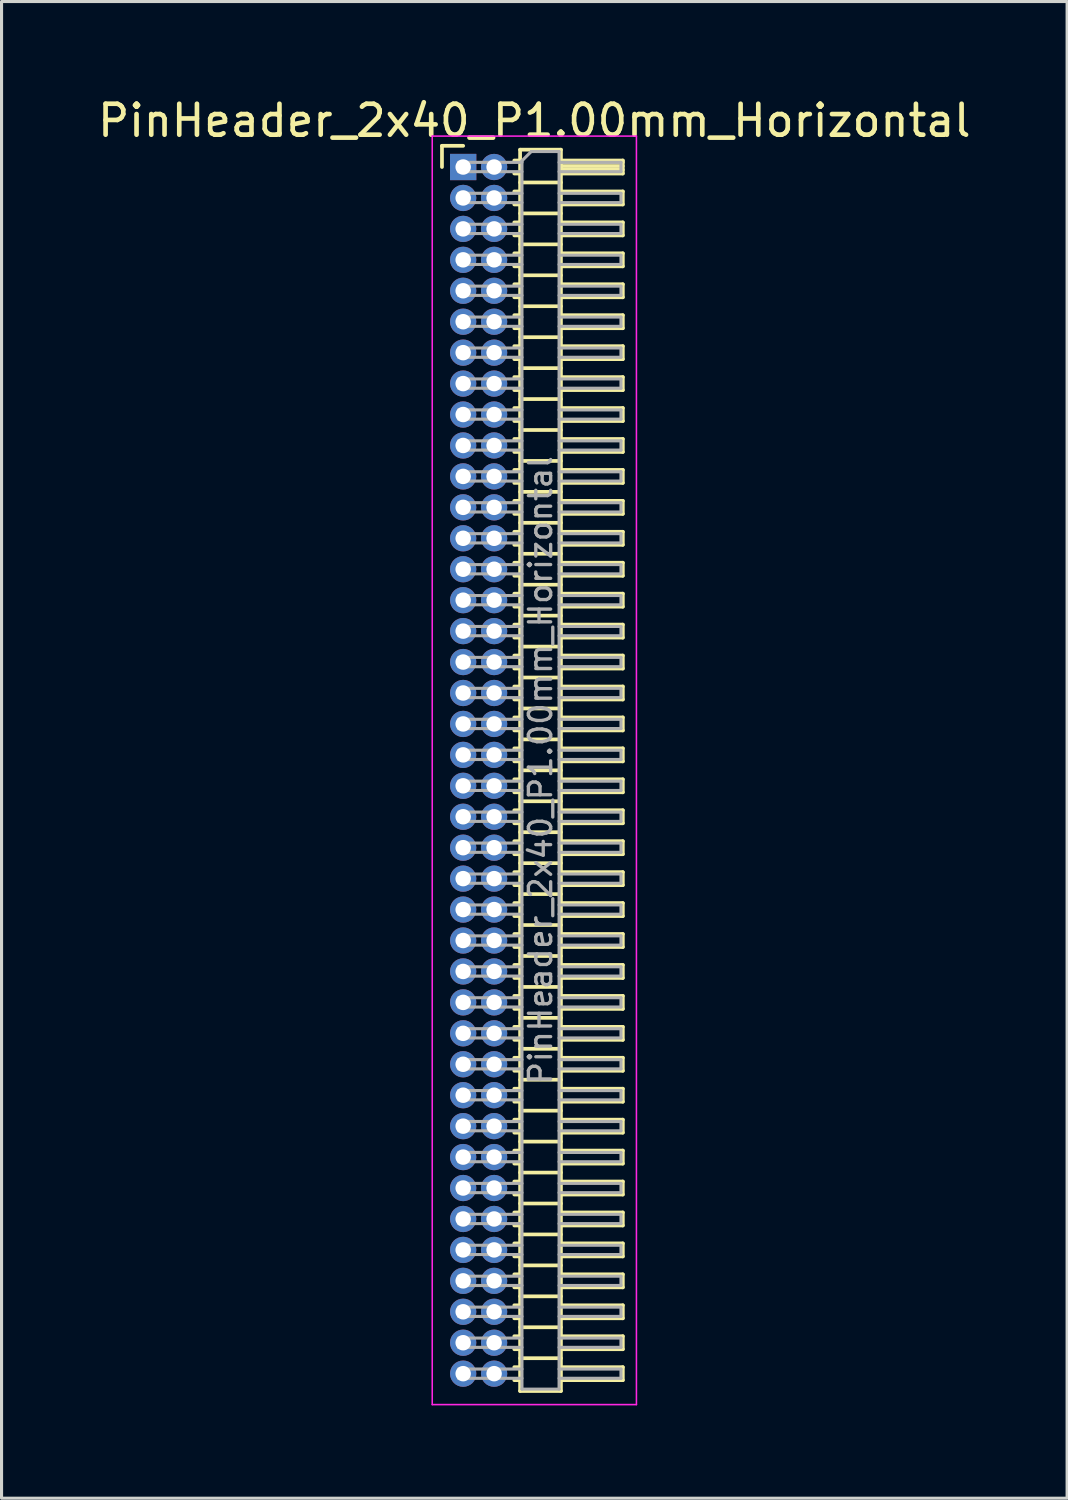
<source format=kicad_pcb>
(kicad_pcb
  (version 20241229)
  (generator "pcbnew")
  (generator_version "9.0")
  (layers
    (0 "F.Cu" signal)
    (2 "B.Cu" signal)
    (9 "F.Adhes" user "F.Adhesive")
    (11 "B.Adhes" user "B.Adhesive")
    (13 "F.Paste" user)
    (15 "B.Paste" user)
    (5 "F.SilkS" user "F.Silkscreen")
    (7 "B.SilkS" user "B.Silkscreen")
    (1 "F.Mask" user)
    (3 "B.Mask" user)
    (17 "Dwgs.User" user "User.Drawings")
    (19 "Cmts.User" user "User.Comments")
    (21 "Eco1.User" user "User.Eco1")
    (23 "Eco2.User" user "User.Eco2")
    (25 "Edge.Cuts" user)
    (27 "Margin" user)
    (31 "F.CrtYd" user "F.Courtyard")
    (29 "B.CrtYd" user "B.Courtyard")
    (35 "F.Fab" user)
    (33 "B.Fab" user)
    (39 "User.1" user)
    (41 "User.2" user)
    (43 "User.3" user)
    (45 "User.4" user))
  (footprint "PinHeader_2x40_P1.00mm_Horizontal"
    (layer "F.Cu")
    (at 11.92 2.348)
    (property "Reference" "PinHeader_2x40_P1.00mm_Horizontal" (at 2.3 -1.5 0) (layer "F.SilkS") (effects (font (size 1 1) (thickness 0.15))))
    (attr through_hole)
    (fp_line (start -0.685 -0.685) (end 0 -0.685) (stroke (width 0.12) (type solid)) (layer "F.SilkS"))
    (fp_line (start -0.685 0) (end -0.685 -0.685) (stroke (width 0.12) (type solid)) (layer "F.SilkS"))
    (fp_line (start 1.652 -0.21) (end 1.84 -0.21) (stroke (width 0.12) (type solid)) (layer "F.SilkS"))
    (fp_line (start 1.652 0.21) (end 1.84 0.21) (stroke (width 0.12) (type solid)) (layer "F.SilkS"))
    (fp_line (start 1.652 0.79) (end 1.84 0.79) (stroke (width 0.12) (type solid)) (layer "F.SilkS"))
    (fp_line (start 1.652 1.21) (end 1.84 1.21) (stroke (width 0.12) (type solid)) (layer "F.SilkS"))
    (fp_line (start 1.652 1.79) (end 1.84 1.79) (stroke (width 0.12) (type solid)) (layer "F.SilkS"))
    (fp_line (start 1.652 2.21) (end 1.84 2.21) (stroke (width 0.12) (type solid)) (layer "F.SilkS"))
    (fp_line (start 1.652 2.79) (end 1.84 2.79) (stroke (width 0.12) (type solid)) (layer "F.SilkS"))
    (fp_line (start 1.652 3.21) (end 1.84 3.21) (stroke (width 0.12) (type solid)) (layer "F.SilkS"))
    (fp_line (start 1.652 3.79) (end 1.84 3.79) (stroke (width 0.12) (type solid)) (layer "F.SilkS"))
    (fp_line (start 1.652 4.21) (end 1.84 4.21) (stroke (width 0.12) (type solid)) (layer "F.SilkS"))
    (fp_line (start 1.652 4.79) (end 1.84 4.79) (stroke (width 0.12) (type solid)) (layer "F.SilkS"))
    (fp_line (start 1.652 5.21) (end 1.84 5.21) (stroke (width 0.12) (type solid)) (layer "F.SilkS"))
    (fp_line (start 1.652 5.79) (end 1.84 5.79) (stroke (width 0.12) (type solid)) (layer "F.SilkS"))
    (fp_line (start 1.652 6.21) (end 1.84 6.21) (stroke (width 0.12) (type solid)) (layer "F.SilkS"))
    (fp_line (start 1.652 6.79) (end 1.84 6.79) (stroke (width 0.12) (type solid)) (layer "F.SilkS"))
    (fp_line (start 1.652 7.21) (end 1.84 7.21) (stroke (width 0.12) (type solid)) (layer "F.SilkS"))
    (fp_line (start 1.652 7.79) (end 1.84 7.79) (stroke (width 0.12) (type solid)) (layer "F.SilkS"))
    (fp_line (start 1.652 8.21) (end 1.84 8.21) (stroke (width 0.12) (type solid)) (layer "F.SilkS"))
    (fp_line (start 1.652 8.79) (end 1.84 8.79) (stroke (width 0.12) (type solid)) (layer "F.SilkS"))
    (fp_line (start 1.652 9.21) (end 1.84 9.21) (stroke (width 0.12) (type solid)) (layer "F.SilkS"))
    (fp_line (start 1.652 9.79) (end 1.84 9.79) (stroke (width 0.12) (type solid)) (layer "F.SilkS"))
    (fp_line (start 1.652 10.21) (end 1.84 10.21) (stroke (width 0.12) (type solid)) (layer "F.SilkS"))
    (fp_line (start 1.652 10.79) (end 1.84 10.79) (stroke (width 0.12) (type solid)) (layer "F.SilkS"))
    (fp_line (start 1.652 11.21) (end 1.84 11.21) (stroke (width 0.12) (type solid)) (layer "F.SilkS"))
    (fp_line (start 1.652 11.79) (end 1.84 11.79) (stroke (width 0.12) (type solid)) (layer "F.SilkS"))
    (fp_line (start 1.652 12.21) (end 1.84 12.21) (stroke (width 0.12) (type solid)) (layer "F.SilkS"))
    (fp_line (start 1.652 12.79) (end 1.84 12.79) (stroke (width 0.12) (type solid)) (layer "F.SilkS"))
    (fp_line (start 1.652 13.21) (end 1.84 13.21) (stroke (width 0.12) (type solid)) (layer "F.SilkS"))
    (fp_line (start 1.652 13.79) (end 1.84 13.79) (stroke (width 0.12) (type solid)) (layer "F.SilkS"))
    (fp_line (start 1.652 14.21) (end 1.84 14.21) (stroke (width 0.12) (type solid)) (layer "F.SilkS"))
    (fp_line (start 1.652 14.79) (end 1.84 14.79) (stroke (width 0.12) (type solid)) (layer "F.SilkS"))
    (fp_line (start 1.652 15.21) (end 1.84 15.21) (stroke (width 0.12) (type solid)) (layer "F.SilkS"))
    (fp_line (start 1.652 15.79) (end 1.84 15.79) (stroke (width 0.12) (type solid)) (layer "F.SilkS"))
    (fp_line (start 1.652 16.21) (end 1.84 16.21) (stroke (width 0.12) (type solid)) (layer "F.SilkS"))
    (fp_line (start 1.652 16.79) (end 1.84 16.79) (stroke (width 0.12) (type solid)) (layer "F.SilkS"))
    (fp_line (start 1.652 17.21) (end 1.84 17.21) (stroke (width 0.12) (type solid)) (layer "F.SilkS"))
    (fp_line (start 1.652 17.79) (end 1.84 17.79) (stroke (width 0.12) (type solid)) (layer "F.SilkS"))
    (fp_line (start 1.652 18.21) (end 1.84 18.21) (stroke (width 0.12) (type solid)) (layer "F.SilkS"))
    (fp_line (start 1.652 18.79) (end 1.84 18.79) (stroke (width 0.12) (type solid)) (layer "F.SilkS"))
    (fp_line (start 1.652 19.21) (end 1.84 19.21) (stroke (width 0.12) (type solid)) (layer "F.SilkS"))
    (fp_line (start 1.652 19.79) (end 1.84 19.79) (stroke (width 0.12) (type solid)) (layer "F.SilkS"))
    (fp_line (start 1.652 20.21) (end 1.84 20.21) (stroke (width 0.12) (type solid)) (layer "F.SilkS"))
    (fp_line (start 1.652 20.79) (end 1.84 20.79) (stroke (width 0.12) (type solid)) (layer "F.SilkS"))
    (fp_line (start 1.652 21.21) (end 1.84 21.21) (stroke (width 0.12) (type solid)) (layer "F.SilkS"))
    (fp_line (start 1.652 21.79) (end 1.84 21.79) (stroke (width 0.12) (type solid)) (layer "F.SilkS"))
    (fp_line (start 1.652 22.21) (end 1.84 22.21) (stroke (width 0.12) (type solid)) (layer "F.SilkS"))
    (fp_line (start 1.652 22.79) (end 1.84 22.79) (stroke (width 0.12) (type solid)) (layer "F.SilkS"))
    (fp_line (start 1.652 23.21) (end 1.84 23.21) (stroke (width 0.12) (type solid)) (layer "F.SilkS"))
    (fp_line (start 1.652 23.79) (end 1.84 23.79) (stroke (width 0.12) (type solid)) (layer "F.SilkS"))
    (fp_line (start 1.652 24.21) (end 1.84 24.21) (stroke (width 0.12) (type solid)) (layer "F.SilkS"))
    (fp_line (start 1.652 24.79) (end 1.84 24.79) (stroke (width 0.12) (type solid)) (layer "F.SilkS"))
    (fp_line (start 1.652 25.21) (end 1.84 25.21) (stroke (width 0.12) (type solid)) (layer "F.SilkS"))
    (fp_line (start 1.652 25.79) (end 1.84 25.79) (stroke (width 0.12) (type solid)) (layer "F.SilkS"))
    (fp_line (start 1.652 26.21) (end 1.84 26.21) (stroke (width 0.12) (type solid)) (layer "F.SilkS"))
    (fp_line (start 1.652 26.79) (end 1.84 26.79) (stroke (width 0.12) (type solid)) (layer "F.SilkS"))
    (fp_line (start 1.652 27.21) (end 1.84 27.21) (stroke (width 0.12) (type solid)) (layer "F.SilkS"))
    (fp_line (start 1.652 27.79) (end 1.84 27.79) (stroke (width 0.12) (type solid)) (layer "F.SilkS"))
    (fp_line (start 1.652 28.21) (end 1.84 28.21) (stroke (width 0.12) (type solid)) (layer "F.SilkS"))
    (fp_line (start 1.652 28.79) (end 1.84 28.79) (stroke (width 0.12) (type solid)) (layer "F.SilkS"))
    (fp_line (start 1.652 29.21) (end 1.84 29.21) (stroke (width 0.12) (type solid)) (layer "F.SilkS"))
    (fp_line (start 1.652 29.79) (end 1.84 29.79) (stroke (width 0.12) (type solid)) (layer "F.SilkS"))
    (fp_line (start 1.652 30.21) (end 1.84 30.21) (stroke (width 0.12) (type solid)) (layer "F.SilkS"))
    (fp_line (start 1.652 30.79) (end 1.84 30.79) (stroke (width 0.12) (type solid)) (layer "F.SilkS"))
    (fp_line (start 1.652 31.21) (end 1.84 31.21) (stroke (width 0.12) (type solid)) (layer "F.SilkS"))
    (fp_line (start 1.652 31.79) (end 1.84 31.79) (stroke (width 0.12) (type solid)) (layer "F.SilkS"))
    (fp_line (start 1.652 32.21) (end 1.84 32.21) (stroke (width 0.12) (type solid)) (layer "F.SilkS"))
    (fp_line (start 1.652 32.79) (end 1.84 32.79) (stroke (width 0.12) (type solid)) (layer "F.SilkS"))
    (fp_line (start 1.652 33.21) (end 1.84 33.21) (stroke (width 0.12) (type solid)) (layer "F.SilkS"))
    (fp_line (start 1.652 33.79) (end 1.84 33.79) (stroke (width 0.12) (type solid)) (layer "F.SilkS"))
    (fp_line (start 1.652 34.21) (end 1.84 34.21) (stroke (width 0.12) (type solid)) (layer "F.SilkS"))
    (fp_line (start 1.652 34.79) (end 1.84 34.79) (stroke (width 0.12) (type solid)) (layer "F.SilkS"))
    (fp_line (start 1.652 35.21) (end 1.84 35.21) (stroke (width 0.12) (type solid)) (layer "F.SilkS"))
    (fp_line (start 1.652 35.79) (end 1.84 35.79) (stroke (width 0.12) (type solid)) (layer "F.SilkS"))
    (fp_line (start 1.652 36.21) (end 1.84 36.21) (stroke (width 0.12) (type solid)) (layer "F.SilkS"))
    (fp_line (start 1.652 36.79) (end 1.84 36.79) (stroke (width 0.12) (type solid)) (layer "F.SilkS"))
    (fp_line (start 1.652 37.21) (end 1.84 37.21) (stroke (width 0.12) (type solid)) (layer "F.SilkS"))
    (fp_line (start 1.652 37.79) (end 1.84 37.79) (stroke (width 0.12) (type solid)) (layer "F.SilkS"))
    (fp_line (start 1.652 38.21) (end 1.84 38.21) (stroke (width 0.12) (type solid)) (layer "F.SilkS"))
    (fp_line (start 1.652 38.79) (end 1.84 38.79) (stroke (width 0.12) (type solid)) (layer "F.SilkS"))
    (fp_line (start 1.652 39.21) (end 1.84 39.21) (stroke (width 0.12) (type solid)) (layer "F.SilkS"))
    (fp_line (start 1.84 -0.56) (end 1.84 39.56) (stroke (width 0.12) (type solid)) (layer "F.SilkS"))
    (fp_line (start 1.84 0.5) (end 3.16 0.5) (stroke (width 0.12) (type solid)) (layer "F.SilkS"))
    (fp_line (start 1.84 1.5) (end 3.16 1.5) (stroke (width 0.12) (type solid)) (layer "F.SilkS"))
    (fp_line (start 1.84 2.5) (end 3.16 2.5) (stroke (width 0.12) (type solid)) (layer "F.SilkS"))
    (fp_line (start 1.84 3.5) (end 3.16 3.5) (stroke (width 0.12) (type solid)) (layer "F.SilkS"))
    (fp_line (start 1.84 4.5) (end 3.16 4.5) (stroke (width 0.12) (type solid)) (layer "F.SilkS"))
    (fp_line (start 1.84 5.5) (end 3.16 5.5) (stroke (width 0.12) (type solid)) (layer "F.SilkS"))
    (fp_line (start 1.84 6.5) (end 3.16 6.5) (stroke (width 0.12) (type solid)) (layer "F.SilkS"))
    (fp_line (start 1.84 7.5) (end 3.16 7.5) (stroke (width 0.12) (type solid)) (layer "F.SilkS"))
    (fp_line (start 1.84 8.5) (end 3.16 8.5) (stroke (width 0.12) (type solid)) (layer "F.SilkS"))
    (fp_line (start 1.84 9.5) (end 3.16 9.5) (stroke (width 0.12) (type solid)) (layer "F.SilkS"))
    (fp_line (start 1.84 10.5) (end 3.16 10.5) (stroke (width 0.12) (type solid)) (layer "F.SilkS"))
    (fp_line (start 1.84 11.5) (end 3.16 11.5) (stroke (width 0.12) (type solid)) (layer "F.SilkS"))
    (fp_line (start 1.84 12.5) (end 3.16 12.5) (stroke (width 0.12) (type solid)) (layer "F.SilkS"))
    (fp_line (start 1.84 13.5) (end 3.16 13.5) (stroke (width 0.12) (type solid)) (layer "F.SilkS"))
    (fp_line (start 1.84 14.5) (end 3.16 14.5) (stroke (width 0.12) (type solid)) (layer "F.SilkS"))
    (fp_line (start 1.84 15.5) (end 3.16 15.5) (stroke (width 0.12) (type solid)) (layer "F.SilkS"))
    (fp_line (start 1.84 16.5) (end 3.16 16.5) (stroke (width 0.12) (type solid)) (layer "F.SilkS"))
    (fp_line (start 1.84 17.5) (end 3.16 17.5) (stroke (width 0.12) (type solid)) (layer "F.SilkS"))
    (fp_line (start 1.84 18.5) (end 3.16 18.5) (stroke (width 0.12) (type solid)) (layer "F.SilkS"))
    (fp_line (start 1.84 19.5) (end 3.16 19.5) (stroke (width 0.12) (type solid)) (layer "F.SilkS"))
    (fp_line (start 1.84 20.5) (end 3.16 20.5) (stroke (width 0.12) (type solid)) (layer "F.SilkS"))
    (fp_line (start 1.84 21.5) (end 3.16 21.5) (stroke (width 0.12) (type solid)) (layer "F.SilkS"))
    (fp_line (start 1.84 22.5) (end 3.16 22.5) (stroke (width 0.12) (type solid)) (layer "F.SilkS"))
    (fp_line (start 1.84 23.5) (end 3.16 23.5) (stroke (width 0.12) (type solid)) (layer "F.SilkS"))
    (fp_line (start 1.84 24.5) (end 3.16 24.5) (stroke (width 0.12) (type solid)) (layer "F.SilkS"))
    (fp_line (start 1.84 25.5) (end 3.16 25.5) (stroke (width 0.12) (type solid)) (layer "F.SilkS"))
    (fp_line (start 1.84 26.5) (end 3.16 26.5) (stroke (width 0.12) (type solid)) (layer "F.SilkS"))
    (fp_line (start 1.84 27.5) (end 3.16 27.5) (stroke (width 0.12) (type solid)) (layer "F.SilkS"))
    (fp_line (start 1.84 28.5) (end 3.16 28.5) (stroke (width 0.12) (type solid)) (layer "F.SilkS"))
    (fp_line (start 1.84 29.5) (end 3.16 29.5) (stroke (width 0.12) (type solid)) (layer "F.SilkS"))
    (fp_line (start 1.84 30.5) (end 3.16 30.5) (stroke (width 0.12) (type solid)) (layer "F.SilkS"))
    (fp_line (start 1.84 31.5) (end 3.16 31.5) (stroke (width 0.12) (type solid)) (layer "F.SilkS"))
    (fp_line (start 1.84 32.5) (end 3.16 32.5) (stroke (width 0.12) (type solid)) (layer "F.SilkS"))
    (fp_line (start 1.84 33.5) (end 3.16 33.5) (stroke (width 0.12) (type solid)) (layer "F.SilkS"))
    (fp_line (start 1.84 34.5) (end 3.16 34.5) (stroke (width 0.12) (type solid)) (layer "F.SilkS"))
    (fp_line (start 1.84 35.5) (end 3.16 35.5) (stroke (width 0.12) (type solid)) (layer "F.SilkS"))
    (fp_line (start 1.84 36.5) (end 3.16 36.5) (stroke (width 0.12) (type solid)) (layer "F.SilkS"))
    (fp_line (start 1.84 37.5) (end 3.16 37.5) (stroke (width 0.12) (type solid)) (layer "F.SilkS"))
    (fp_line (start 1.84 38.5) (end 3.16 38.5) (stroke (width 0.12) (type solid)) (layer "F.SilkS"))
    (fp_line (start 1.84 39.56) (end 3.16 39.56) (stroke (width 0.12) (type solid)) (layer "F.SilkS"))
    (fp_line (start 3.16 -0.56) (end 1.84 -0.56) (stroke (width 0.12) (type solid)) (layer "F.SilkS"))
    (fp_line (start 3.16 -0.21) (end 5.16 -0.21) (stroke (width 0.12) (type solid)) (layer "F.SilkS"))
    (fp_line (start 3.16 -0.15) (end 5.16 -0.15) (stroke (width 0.12) (type solid)) (layer "F.SilkS"))
    (fp_line (start 3.16 -0.03) (end 5.16 -0.03) (stroke (width 0.12) (type solid)) (layer "F.SilkS"))
    (fp_line (start 3.16 0.09) (end 5.16 0.09) (stroke (width 0.12) (type solid)) (layer "F.SilkS"))
    (fp_line (start 3.16 0.79) (end 5.16 0.79) (stroke (width 0.12) (type solid)) (layer "F.SilkS"))
    (fp_line (start 3.16 1.79) (end 5.16 1.79) (stroke (width 0.12) (type solid)) (layer "F.SilkS"))
    (fp_line (start 3.16 2.79) (end 5.16 2.79) (stroke (width 0.12) (type solid)) (layer "F.SilkS"))
    (fp_line (start 3.16 3.79) (end 5.16 3.79) (stroke (width 0.12) (type solid)) (layer "F.SilkS"))
    (fp_line (start 3.16 4.79) (end 5.16 4.79) (stroke (width 0.12) (type solid)) (layer "F.SilkS"))
    (fp_line (start 3.16 5.79) (end 5.16 5.79) (stroke (width 0.12) (type solid)) (layer "F.SilkS"))
    (fp_line (start 3.16 6.79) (end 5.16 6.79) (stroke (width 0.12) (type solid)) (layer "F.SilkS"))
    (fp_line (start 3.16 7.79) (end 5.16 7.79) (stroke (width 0.12) (type solid)) (layer "F.SilkS"))
    (fp_line (start 3.16 8.79) (end 5.16 8.79) (stroke (width 0.12) (type solid)) (layer "F.SilkS"))
    (fp_line (start 3.16 9.79) (end 5.16 9.79) (stroke (width 0.12) (type solid)) (layer "F.SilkS"))
    (fp_line (start 3.16 10.79) (end 5.16 10.79) (stroke (width 0.12) (type solid)) (layer "F.SilkS"))
    (fp_line (start 3.16 11.79) (end 5.16 11.79) (stroke (width 0.12) (type solid)) (layer "F.SilkS"))
    (fp_line (start 3.16 12.79) (end 5.16 12.79) (stroke (width 0.12) (type solid)) (layer "F.SilkS"))
    (fp_line (start 3.16 13.79) (end 5.16 13.79) (stroke (width 0.12) (type solid)) (layer "F.SilkS"))
    (fp_line (start 3.16 14.79) (end 5.16 14.79) (stroke (width 0.12) (type solid)) (layer "F.SilkS"))
    (fp_line (start 3.16 15.79) (end 5.16 15.79) (stroke (width 0.12) (type solid)) (layer "F.SilkS"))
    (fp_line (start 3.16 16.79) (end 5.16 16.79) (stroke (width 0.12) (type solid)) (layer "F.SilkS"))
    (fp_line (start 3.16 17.79) (end 5.16 17.79) (stroke (width 0.12) (type solid)) (layer "F.SilkS"))
    (fp_line (start 3.16 18.79) (end 5.16 18.79) (stroke (width 0.12) (type solid)) (layer "F.SilkS"))
    (fp_line (start 3.16 19.79) (end 5.16 19.79) (stroke (width 0.12) (type solid)) (layer "F.SilkS"))
    (fp_line (start 3.16 20.79) (end 5.16 20.79) (stroke (width 0.12) (type solid)) (layer "F.SilkS"))
    (fp_line (start 3.16 21.79) (end 5.16 21.79) (stroke (width 0.12) (type solid)) (layer "F.SilkS"))
    (fp_line (start 3.16 22.79) (end 5.16 22.79) (stroke (width 0.12) (type solid)) (layer "F.SilkS"))
    (fp_line (start 3.16 23.79) (end 5.16 23.79) (stroke (width 0.12) (type solid)) (layer "F.SilkS"))
    (fp_line (start 3.16 24.79) (end 5.16 24.79) (stroke (width 0.12) (type solid)) (layer "F.SilkS"))
    (fp_line (start 3.16 25.79) (end 5.16 25.79) (stroke (width 0.12) (type solid)) (layer "F.SilkS"))
    (fp_line (start 3.16 26.79) (end 5.16 26.79) (stroke (width 0.12) (type solid)) (layer "F.SilkS"))
    (fp_line (start 3.16 27.79) (end 5.16 27.79) (stroke (width 0.12) (type solid)) (layer "F.SilkS"))
    (fp_line (start 3.16 28.79) (end 5.16 28.79) (stroke (width 0.12) (type solid)) (layer "F.SilkS"))
    (fp_line (start 3.16 29.79) (end 5.16 29.79) (stroke (width 0.12) (type solid)) (layer "F.SilkS"))
    (fp_line (start 3.16 30.79) (end 5.16 30.79) (stroke (width 0.12) (type solid)) (layer "F.SilkS"))
    (fp_line (start 3.16 31.79) (end 5.16 31.79) (stroke (width 0.12) (type solid)) (layer "F.SilkS"))
    (fp_line (start 3.16 32.79) (end 5.16 32.79) (stroke (width 0.12) (type solid)) (layer "F.SilkS"))
    (fp_line (start 3.16 33.79) (end 5.16 33.79) (stroke (width 0.12) (type solid)) (layer "F.SilkS"))
    (fp_line (start 3.16 34.79) (end 5.16 34.79) (stroke (width 0.12) (type solid)) (layer "F.SilkS"))
    (fp_line (start 3.16 35.79) (end 5.16 35.79) (stroke (width 0.12) (type solid)) (layer "F.SilkS"))
    (fp_line (start 3.16 36.79) (end 5.16 36.79) (stroke (width 0.12) (type solid)) (layer "F.SilkS"))
    (fp_line (start 3.16 37.79) (end 5.16 37.79) (stroke (width 0.12) (type solid)) (layer "F.SilkS"))
    (fp_line (start 3.16 38.79) (end 5.16 38.79) (stroke (width 0.12) (type solid)) (layer "F.SilkS"))
    (fp_line (start 3.16 39.56) (end 3.16 -0.56) (stroke (width 0.12) (type solid)) (layer "F.SilkS"))
    (fp_line (start 5.16 -0.21) (end 5.16 0.21) (stroke (width 0.12) (type solid)) (layer "F.SilkS"))
    (fp_line (start 5.16 0.21) (end 3.16 0.21) (stroke (width 0.12) (type solid)) (layer "F.SilkS"))
    (fp_line (start 5.16 0.79) (end 5.16 1.21) (stroke (width 0.12) (type solid)) (layer "F.SilkS"))
    (fp_line (start 5.16 1.21) (end 3.16 1.21) (stroke (width 0.12) (type solid)) (layer "F.SilkS"))
    (fp_line (start 5.16 1.79) (end 5.16 2.21) (stroke (width 0.12) (type solid)) (layer "F.SilkS"))
    (fp_line (start 5.16 2.21) (end 3.16 2.21) (stroke (width 0.12) (type solid)) (layer "F.SilkS"))
    (fp_line (start 5.16 2.79) (end 5.16 3.21) (stroke (width 0.12) (type solid)) (layer "F.SilkS"))
    (fp_line (start 5.16 3.21) (end 3.16 3.21) (stroke (width 0.12) (type solid)) (layer "F.SilkS"))
    (fp_line (start 5.16 3.79) (end 5.16 4.21) (stroke (width 0.12) (type solid)) (layer "F.SilkS"))
    (fp_line (start 5.16 4.21) (end 3.16 4.21) (stroke (width 0.12) (type solid)) (layer "F.SilkS"))
    (fp_line (start 5.16 4.79) (end 5.16 5.21) (stroke (width 0.12) (type solid)) (layer "F.SilkS"))
    (fp_line (start 5.16 5.21) (end 3.16 5.21) (stroke (width 0.12) (type solid)) (layer "F.SilkS"))
    (fp_line (start 5.16 5.79) (end 5.16 6.21) (stroke (width 0.12) (type solid)) (layer "F.SilkS"))
    (fp_line (start 5.16 6.21) (end 3.16 6.21) (stroke (width 0.12) (type solid)) (layer "F.SilkS"))
    (fp_line (start 5.16 6.79) (end 5.16 7.21) (stroke (width 0.12) (type solid)) (layer "F.SilkS"))
    (fp_line (start 5.16 7.21) (end 3.16 7.21) (stroke (width 0.12) (type solid)) (layer "F.SilkS"))
    (fp_line (start 5.16 7.79) (end 5.16 8.21) (stroke (width 0.12) (type solid)) (layer "F.SilkS"))
    (fp_line (start 5.16 8.21) (end 3.16 8.21) (stroke (width 0.12) (type solid)) (layer "F.SilkS"))
    (fp_line (start 5.16 8.79) (end 5.16 9.21) (stroke (width 0.12) (type solid)) (layer "F.SilkS"))
    (fp_line (start 5.16 9.21) (end 3.16 9.21) (stroke (width 0.12) (type solid)) (layer "F.SilkS"))
    (fp_line (start 5.16 9.79) (end 5.16 10.21) (stroke (width 0.12) (type solid)) (layer "F.SilkS"))
    (fp_line (start 5.16 10.21) (end 3.16 10.21) (stroke (width 0.12) (type solid)) (layer "F.SilkS"))
    (fp_line (start 5.16 10.79) (end 5.16 11.21) (stroke (width 0.12) (type solid)) (layer "F.SilkS"))
    (fp_line (start 5.16 11.21) (end 3.16 11.21) (stroke (width 0.12) (type solid)) (layer "F.SilkS"))
    (fp_line (start 5.16 11.79) (end 5.16 12.21) (stroke (width 0.12) (type solid)) (layer "F.SilkS"))
    (fp_line (start 5.16 12.21) (end 3.16 12.21) (stroke (width 0.12) (type solid)) (layer "F.SilkS"))
    (fp_line (start 5.16 12.79) (end 5.16 13.21) (stroke (width 0.12) (type solid)) (layer "F.SilkS"))
    (fp_line (start 5.16 13.21) (end 3.16 13.21) (stroke (width 0.12) (type solid)) (layer "F.SilkS"))
    (fp_line (start 5.16 13.79) (end 5.16 14.21) (stroke (width 0.12) (type solid)) (layer "F.SilkS"))
    (fp_line (start 5.16 14.21) (end 3.16 14.21) (stroke (width 0.12) (type solid)) (layer "F.SilkS"))
    (fp_line (start 5.16 14.79) (end 5.16 15.21) (stroke (width 0.12) (type solid)) (layer "F.SilkS"))
    (fp_line (start 5.16 15.21) (end 3.16 15.21) (stroke (width 0.12) (type solid)) (layer "F.SilkS"))
    (fp_line (start 5.16 15.79) (end 5.16 16.21) (stroke (width 0.12) (type solid)) (layer "F.SilkS"))
    (fp_line (start 5.16 16.21) (end 3.16 16.21) (stroke (width 0.12) (type solid)) (layer "F.SilkS"))
    (fp_line (start 5.16 16.79) (end 5.16 17.21) (stroke (width 0.12) (type solid)) (layer "F.SilkS"))
    (fp_line (start 5.16 17.21) (end 3.16 17.21) (stroke (width 0.12) (type solid)) (layer "F.SilkS"))
    (fp_line (start 5.16 17.79) (end 5.16 18.21) (stroke (width 0.12) (type solid)) (layer "F.SilkS"))
    (fp_line (start 5.16 18.21) (end 3.16 18.21) (stroke (width 0.12) (type solid)) (layer "F.SilkS"))
    (fp_line (start 5.16 18.79) (end 5.16 19.21) (stroke (width 0.12) (type solid)) (layer "F.SilkS"))
    (fp_line (start 5.16 19.21) (end 3.16 19.21) (stroke (width 0.12) (type solid)) (layer "F.SilkS"))
    (fp_line (start 5.16 19.79) (end 5.16 20.21) (stroke (width 0.12) (type solid)) (layer "F.SilkS"))
    (fp_line (start 5.16 20.21) (end 3.16 20.21) (stroke (width 0.12) (type solid)) (layer "F.SilkS"))
    (fp_line (start 5.16 20.79) (end 5.16 21.21) (stroke (width 0.12) (type solid)) (layer "F.SilkS"))
    (fp_line (start 5.16 21.21) (end 3.16 21.21) (stroke (width 0.12) (type solid)) (layer "F.SilkS"))
    (fp_line (start 5.16 21.79) (end 5.16 22.21) (stroke (width 0.12) (type solid)) (layer "F.SilkS"))
    (fp_line (start 5.16 22.21) (end 3.16 22.21) (stroke (width 0.12) (type solid)) (layer "F.SilkS"))
    (fp_line (start 5.16 22.79) (end 5.16 23.21) (stroke (width 0.12) (type solid)) (layer "F.SilkS"))
    (fp_line (start 5.16 23.21) (end 3.16 23.21) (stroke (width 0.12) (type solid)) (layer "F.SilkS"))
    (fp_line (start 5.16 23.79) (end 5.16 24.21) (stroke (width 0.12) (type solid)) (layer "F.SilkS"))
    (fp_line (start 5.16 24.21) (end 3.16 24.21) (stroke (width 0.12) (type solid)) (layer "F.SilkS"))
    (fp_line (start 5.16 24.79) (end 5.16 25.21) (stroke (width 0.12) (type solid)) (layer "F.SilkS"))
    (fp_line (start 5.16 25.21) (end 3.16 25.21) (stroke (width 0.12) (type solid)) (layer "F.SilkS"))
    (fp_line (start 5.16 25.79) (end 5.16 26.21) (stroke (width 0.12) (type solid)) (layer "F.SilkS"))
    (fp_line (start 5.16 26.21) (end 3.16 26.21) (stroke (width 0.12) (type solid)) (layer "F.SilkS"))
    (fp_line (start 5.16 26.79) (end 5.16 27.21) (stroke (width 0.12) (type solid)) (layer "F.SilkS"))
    (fp_line (start 5.16 27.21) (end 3.16 27.21) (stroke (width 0.12) (type solid)) (layer "F.SilkS"))
    (fp_line (start 5.16 27.79) (end 5.16 28.21) (stroke (width 0.12) (type solid)) (layer "F.SilkS"))
    (fp_line (start 5.16 28.21) (end 3.16 28.21) (stroke (width 0.12) (type solid)) (layer "F.SilkS"))
    (fp_line (start 5.16 28.79) (end 5.16 29.21) (stroke (width 0.12) (type solid)) (layer "F.SilkS"))
    (fp_line (start 5.16 29.21) (end 3.16 29.21) (stroke (width 0.12) (type solid)) (layer "F.SilkS"))
    (fp_line (start 5.16 29.79) (end 5.16 30.21) (stroke (width 0.12) (type solid)) (layer "F.SilkS"))
    (fp_line (start 5.16 30.21) (end 3.16 30.21) (stroke (width 0.12) (type solid)) (layer "F.SilkS"))
    (fp_line (start 5.16 30.79) (end 5.16 31.21) (stroke (width 0.12) (type solid)) (layer "F.SilkS"))
    (fp_line (start 5.16 31.21) (end 3.16 31.21) (stroke (width 0.12) (type solid)) (layer "F.SilkS"))
    (fp_line (start 5.16 31.79) (end 5.16 32.21) (stroke (width 0.12) (type solid)) (layer "F.SilkS"))
    (fp_line (start 5.16 32.21) (end 3.16 32.21) (stroke (width 0.12) (type solid)) (layer "F.SilkS"))
    (fp_line (start 5.16 32.79) (end 5.16 33.21) (stroke (width 0.12) (type solid)) (layer "F.SilkS"))
    (fp_line (start 5.16 33.21) (end 3.16 33.21) (stroke (width 0.12) (type solid)) (layer "F.SilkS"))
    (fp_line (start 5.16 33.79) (end 5.16 34.21) (stroke (width 0.12) (type solid)) (layer "F.SilkS"))
    (fp_line (start 5.16 34.21) (end 3.16 34.21) (stroke (width 0.12) (type solid)) (layer "F.SilkS"))
    (fp_line (start 5.16 34.79) (end 5.16 35.21) (stroke (width 0.12) (type solid)) (layer "F.SilkS"))
    (fp_line (start 5.16 35.21) (end 3.16 35.21) (stroke (width 0.12) (type solid)) (layer "F.SilkS"))
    (fp_line (start 5.16 35.79) (end 5.16 36.21) (stroke (width 0.12) (type solid)) (layer "F.SilkS"))
    (fp_line (start 5.16 36.21) (end 3.16 36.21) (stroke (width 0.12) (type solid)) (layer "F.SilkS"))
    (fp_line (start 5.16 36.79) (end 5.16 37.21) (stroke (width 0.12) (type solid)) (layer "F.SilkS"))
    (fp_line (start 5.16 37.21) (end 3.16 37.21) (stroke (width 0.12) (type solid)) (layer "F.SilkS"))
    (fp_line (start 5.16 37.79) (end 5.16 38.21) (stroke (width 0.12) (type solid)) (layer "F.SilkS"))
    (fp_line (start 5.16 38.21) (end 3.16 38.21) (stroke (width 0.12) (type solid)) (layer "F.SilkS"))
    (fp_line (start 5.16 38.79) (end 5.16 39.21) (stroke (width 0.12) (type solid)) (layer "F.SilkS"))
    (fp_line (start 5.16 39.21) (end 3.16 39.21) (stroke (width 0.12) (type solid)) (layer "F.SilkS"))
    (fp_line (start -1 -1) (end -1 40) (stroke (width 0.05) (type solid)) (layer "F.CrtYd"))
    (fp_line (start -1 40) (end 5.6 40) (stroke (width 0.05) (type solid)) (layer "F.CrtYd"))
    (fp_line (start 5.6 -1) (end -1 -1) (stroke (width 0.05) (type solid)) (layer "F.CrtYd"))
    (fp_line (start 5.6 40) (end 5.6 -1) (stroke (width 0.05) (type solid)) (layer "F.CrtYd"))
    (fp_line (start -0.15 -0.15) (end -0.15 0.15) (stroke (width 0.1) (type solid)) (layer "F.Fab"))
    (fp_line (start -0.15 -0.15) (end 1.9 -0.15) (stroke (width 0.1) (type solid)) (layer "F.Fab"))
    (fp_line (start -0.15 0.15) (end 1.9 0.15) (stroke (width 0.1) (type solid)) (layer "F.Fab"))
    (fp_line (start -0.15 0.85) (end -0.15 1.15) (stroke (width 0.1) (type solid)) (layer "F.Fab"))
    (fp_line (start -0.15 0.85) (end 1.9 0.85) (stroke (width 0.1) (type solid)) (layer "F.Fab"))
    (fp_line (start -0.15 1.15) (end 1.9 1.15) (stroke (width 0.1) (type solid)) (layer "F.Fab"))
    (fp_line (start -0.15 1.85) (end -0.15 2.15) (stroke (width 0.1) (type solid)) (layer "F.Fab"))
    (fp_line (start -0.15 1.85) (end 1.9 1.85) (stroke (width 0.1) (type solid)) (layer "F.Fab"))
    (fp_line (start -0.15 2.15) (end 1.9 2.15) (stroke (width 0.1) (type solid)) (layer "F.Fab"))
    (fp_line (start -0.15 2.85) (end -0.15 3.15) (stroke (width 0.1) (type solid)) (layer "F.Fab"))
    (fp_line (start -0.15 2.85) (end 1.9 2.85) (stroke (width 0.1) (type solid)) (layer "F.Fab"))
    (fp_line (start -0.15 3.15) (end 1.9 3.15) (stroke (width 0.1) (type solid)) (layer "F.Fab"))
    (fp_line (start -0.15 3.85) (end -0.15 4.15) (stroke (width 0.1) (type solid)) (layer "F.Fab"))
    (fp_line (start -0.15 3.85) (end 1.9 3.85) (stroke (width 0.1) (type solid)) (layer "F.Fab"))
    (fp_line (start -0.15 4.15) (end 1.9 4.15) (stroke (width 0.1) (type solid)) (layer "F.Fab"))
    (fp_line (start -0.15 4.85) (end -0.15 5.15) (stroke (width 0.1) (type solid)) (layer "F.Fab"))
    (fp_line (start -0.15 4.85) (end 1.9 4.85) (stroke (width 0.1) (type solid)) (layer "F.Fab"))
    (fp_line (start -0.15 5.15) (end 1.9 5.15) (stroke (width 0.1) (type solid)) (layer "F.Fab"))
    (fp_line (start -0.15 5.85) (end -0.15 6.15) (stroke (width 0.1) (type solid)) (layer "F.Fab"))
    (fp_line (start -0.15 5.85) (end 1.9 5.85) (stroke (width 0.1) (type solid)) (layer "F.Fab"))
    (fp_line (start -0.15 6.15) (end 1.9 6.15) (stroke (width 0.1) (type solid)) (layer "F.Fab"))
    (fp_line (start -0.15 6.85) (end -0.15 7.15) (stroke (width 0.1) (type solid)) (layer "F.Fab"))
    (fp_line (start -0.15 6.85) (end 1.9 6.85) (stroke (width 0.1) (type solid)) (layer "F.Fab"))
    (fp_line (start -0.15 7.15) (end 1.9 7.15) (stroke (width 0.1) (type solid)) (layer "F.Fab"))
    (fp_line (start -0.15 7.85) (end -0.15 8.15) (stroke (width 0.1) (type solid)) (layer "F.Fab"))
    (fp_line (start -0.15 7.85) (end 1.9 7.85) (stroke (width 0.1) (type solid)) (layer "F.Fab"))
    (fp_line (start -0.15 8.15) (end 1.9 8.15) (stroke (width 0.1) (type solid)) (layer "F.Fab"))
    (fp_line (start -0.15 8.85) (end -0.15 9.15) (stroke (width 0.1) (type solid)) (layer "F.Fab"))
    (fp_line (start -0.15 8.85) (end 1.9 8.85) (stroke (width 0.1) (type solid)) (layer "F.Fab"))
    (fp_line (start -0.15 9.15) (end 1.9 9.15) (stroke (width 0.1) (type solid)) (layer "F.Fab"))
    (fp_line (start -0.15 9.85) (end -0.15 10.15) (stroke (width 0.1) (type solid)) (layer "F.Fab"))
    (fp_line (start -0.15 9.85) (end 1.9 9.85) (stroke (width 0.1) (type solid)) (layer "F.Fab"))
    (fp_line (start -0.15 10.15) (end 1.9 10.15) (stroke (width 0.1) (type solid)) (layer "F.Fab"))
    (fp_line (start -0.15 10.85) (end -0.15 11.15) (stroke (width 0.1) (type solid)) (layer "F.Fab"))
    (fp_line (start -0.15 10.85) (end 1.9 10.85) (stroke (width 0.1) (type solid)) (layer "F.Fab"))
    (fp_line (start -0.15 11.15) (end 1.9 11.15) (stroke (width 0.1) (type solid)) (layer "F.Fab"))
    (fp_line (start -0.15 11.85) (end -0.15 12.15) (stroke (width 0.1) (type solid)) (layer "F.Fab"))
    (fp_line (start -0.15 11.85) (end 1.9 11.85) (stroke (width 0.1) (type solid)) (layer "F.Fab"))
    (fp_line (start -0.15 12.15) (end 1.9 12.15) (stroke (width 0.1) (type solid)) (layer "F.Fab"))
    (fp_line (start -0.15 12.85) (end -0.15 13.15) (stroke (width 0.1) (type solid)) (layer "F.Fab"))
    (fp_line (start -0.15 12.85) (end 1.9 12.85) (stroke (width 0.1) (type solid)) (layer "F.Fab"))
    (fp_line (start -0.15 13.15) (end 1.9 13.15) (stroke (width 0.1) (type solid)) (layer "F.Fab"))
    (fp_line (start -0.15 13.85) (end -0.15 14.15) (stroke (width 0.1) (type solid)) (layer "F.Fab"))
    (fp_line (start -0.15 13.85) (end 1.9 13.85) (stroke (width 0.1) (type solid)) (layer "F.Fab"))
    (fp_line (start -0.15 14.15) (end 1.9 14.15) (stroke (width 0.1) (type solid)) (layer "F.Fab"))
    (fp_line (start -0.15 14.85) (end -0.15 15.15) (stroke (width 0.1) (type solid)) (layer "F.Fab"))
    (fp_line (start -0.15 14.85) (end 1.9 14.85) (stroke (width 0.1) (type solid)) (layer "F.Fab"))
    (fp_line (start -0.15 15.15) (end 1.9 15.15) (stroke (width 0.1) (type solid)) (layer "F.Fab"))
    (fp_line (start -0.15 15.85) (end -0.15 16.15) (stroke (width 0.1) (type solid)) (layer "F.Fab"))
    (fp_line (start -0.15 15.85) (end 1.9 15.85) (stroke (width 0.1) (type solid)) (layer "F.Fab"))
    (fp_line (start -0.15 16.15) (end 1.9 16.15) (stroke (width 0.1) (type solid)) (layer "F.Fab"))
    (fp_line (start -0.15 16.85) (end -0.15 17.15) (stroke (width 0.1) (type solid)) (layer "F.Fab"))
    (fp_line (start -0.15 16.85) (end 1.9 16.85) (stroke (width 0.1) (type solid)) (layer "F.Fab"))
    (fp_line (start -0.15 17.15) (end 1.9 17.15) (stroke (width 0.1) (type solid)) (layer "F.Fab"))
    (fp_line (start -0.15 17.85) (end -0.15 18.15) (stroke (width 0.1) (type solid)) (layer "F.Fab"))
    (fp_line (start -0.15 17.85) (end 1.9 17.85) (stroke (width 0.1) (type solid)) (layer "F.Fab"))
    (fp_line (start -0.15 18.15) (end 1.9 18.15) (stroke (width 0.1) (type solid)) (layer "F.Fab"))
    (fp_line (start -0.15 18.85) (end -0.15 19.15) (stroke (width 0.1) (type solid)) (layer "F.Fab"))
    (fp_line (start -0.15 18.85) (end 1.9 18.85) (stroke (width 0.1) (type solid)) (layer "F.Fab"))
    (fp_line (start -0.15 19.15) (end 1.9 19.15) (stroke (width 0.1) (type solid)) (layer "F.Fab"))
    (fp_line (start -0.15 19.85) (end -0.15 20.15) (stroke (width 0.1) (type solid)) (layer "F.Fab"))
    (fp_line (start -0.15 19.85) (end 1.9 19.85) (stroke (width 0.1) (type solid)) (layer "F.Fab"))
    (fp_line (start -0.15 20.15) (end 1.9 20.15) (stroke (width 0.1) (type solid)) (layer "F.Fab"))
    (fp_line (start -0.15 20.85) (end -0.15 21.15) (stroke (width 0.1) (type solid)) (layer "F.Fab"))
    (fp_line (start -0.15 20.85) (end 1.9 20.85) (stroke (width 0.1) (type solid)) (layer "F.Fab"))
    (fp_line (start -0.15 21.15) (end 1.9 21.15) (stroke (width 0.1) (type solid)) (layer "F.Fab"))
    (fp_line (start -0.15 21.85) (end -0.15 22.15) (stroke (width 0.1) (type solid)) (layer "F.Fab"))
    (fp_line (start -0.15 21.85) (end 1.9 21.85) (stroke (width 0.1) (type solid)) (layer "F.Fab"))
    (fp_line (start -0.15 22.15) (end 1.9 22.15) (stroke (width 0.1) (type solid)) (layer "F.Fab"))
    (fp_line (start -0.15 22.85) (end -0.15 23.15) (stroke (width 0.1) (type solid)) (layer "F.Fab"))
    (fp_line (start -0.15 22.85) (end 1.9 22.85) (stroke (width 0.1) (type solid)) (layer "F.Fab"))
    (fp_line (start -0.15 23.15) (end 1.9 23.15) (stroke (width 0.1) (type solid)) (layer "F.Fab"))
    (fp_line (start -0.15 23.85) (end -0.15 24.15) (stroke (width 0.1) (type solid)) (layer "F.Fab"))
    (fp_line (start -0.15 23.85) (end 1.9 23.85) (stroke (width 0.1) (type solid)) (layer "F.Fab"))
    (fp_line (start -0.15 24.15) (end 1.9 24.15) (stroke (width 0.1) (type solid)) (layer "F.Fab"))
    (fp_line (start -0.15 24.85) (end -0.15 25.15) (stroke (width 0.1) (type solid)) (layer "F.Fab"))
    (fp_line (start -0.15 24.85) (end 1.9 24.85) (stroke (width 0.1) (type solid)) (layer "F.Fab"))
    (fp_line (start -0.15 25.15) (end 1.9 25.15) (stroke (width 0.1) (type solid)) (layer "F.Fab"))
    (fp_line (start -0.15 25.85) (end -0.15 26.15) (stroke (width 0.1) (type solid)) (layer "F.Fab"))
    (fp_line (start -0.15 25.85) (end 1.9 25.85) (stroke (width 0.1) (type solid)) (layer "F.Fab"))
    (fp_line (start -0.15 26.15) (end 1.9 26.15) (stroke (width 0.1) (type solid)) (layer "F.Fab"))
    (fp_line (start -0.15 26.85) (end -0.15 27.15) (stroke (width 0.1) (type solid)) (layer "F.Fab"))
    (fp_line (start -0.15 26.85) (end 1.9 26.85) (stroke (width 0.1) (type solid)) (layer "F.Fab"))
    (fp_line (start -0.15 27.15) (end 1.9 27.15) (stroke (width 0.1) (type solid)) (layer "F.Fab"))
    (fp_line (start -0.15 27.85) (end -0.15 28.15) (stroke (width 0.1) (type solid)) (layer "F.Fab"))
    (fp_line (start -0.15 27.85) (end 1.9 27.85) (stroke (width 0.1) (type solid)) (layer "F.Fab"))
    (fp_line (start -0.15 28.15) (end 1.9 28.15) (stroke (width 0.1) (type solid)) (layer "F.Fab"))
    (fp_line (start -0.15 28.85) (end -0.15 29.15) (stroke (width 0.1) (type solid)) (layer "F.Fab"))
    (fp_line (start -0.15 28.85) (end 1.9 28.85) (stroke (width 0.1) (type solid)) (layer "F.Fab"))
    (fp_line (start -0.15 29.15) (end 1.9 29.15) (stroke (width 0.1) (type solid)) (layer "F.Fab"))
    (fp_line (start -0.15 29.85) (end -0.15 30.15) (stroke (width 0.1) (type solid)) (layer "F.Fab"))
    (fp_line (start -0.15 29.85) (end 1.9 29.85) (stroke (width 0.1) (type solid)) (layer "F.Fab"))
    (fp_line (start -0.15 30.15) (end 1.9 30.15) (stroke (width 0.1) (type solid)) (layer "F.Fab"))
    (fp_line (start -0.15 30.85) (end -0.15 31.15) (stroke (width 0.1) (type solid)) (layer "F.Fab"))
    (fp_line (start -0.15 30.85) (end 1.9 30.85) (stroke (width 0.1) (type solid)) (layer "F.Fab"))
    (fp_line (start -0.15 31.15) (end 1.9 31.15) (stroke (width 0.1) (type solid)) (layer "F.Fab"))
    (fp_line (start -0.15 31.85) (end -0.15 32.15) (stroke (width 0.1) (type solid)) (layer "F.Fab"))
    (fp_line (start -0.15 31.85) (end 1.9 31.85) (stroke (width 0.1) (type solid)) (layer "F.Fab"))
    (fp_line (start -0.15 32.15) (end 1.9 32.15) (stroke (width 0.1) (type solid)) (layer "F.Fab"))
    (fp_line (start -0.15 32.85) (end -0.15 33.15) (stroke (width 0.1) (type solid)) (layer "F.Fab"))
    (fp_line (start -0.15 32.85) (end 1.9 32.85) (stroke (width 0.1) (type solid)) (layer "F.Fab"))
    (fp_line (start -0.15 33.15) (end 1.9 33.15) (stroke (width 0.1) (type solid)) (layer "F.Fab"))
    (fp_line (start -0.15 33.85) (end -0.15 34.15) (stroke (width 0.1) (type solid)) (layer "F.Fab"))
    (fp_line (start -0.15 33.85) (end 1.9 33.85) (stroke (width 0.1) (type solid)) (layer "F.Fab"))
    (fp_line (start -0.15 34.15) (end 1.9 34.15) (stroke (width 0.1) (type solid)) (layer "F.Fab"))
    (fp_line (start -0.15 34.85) (end -0.15 35.15) (stroke (width 0.1) (type solid)) (layer "F.Fab"))
    (fp_line (start -0.15 34.85) (end 1.9 34.85) (stroke (width 0.1) (type solid)) (layer "F.Fab"))
    (fp_line (start -0.15 35.15) (end 1.9 35.15) (stroke (width 0.1) (type solid)) (layer "F.Fab"))
    (fp_line (start -0.15 35.85) (end -0.15 36.15) (stroke (width 0.1) (type solid)) (layer "F.Fab"))
    (fp_line (start -0.15 35.85) (end 1.9 35.85) (stroke (width 0.1) (type solid)) (layer "F.Fab"))
    (fp_line (start -0.15 36.15) (end 1.9 36.15) (stroke (width 0.1) (type solid)) (layer "F.Fab"))
    (fp_line (start -0.15 36.85) (end -0.15 37.15) (stroke (width 0.1) (type solid)) (layer "F.Fab"))
    (fp_line (start -0.15 36.85) (end 1.9 36.85) (stroke (width 0.1) (type solid)) (layer "F.Fab"))
    (fp_line (start -0.15 37.15) (end 1.9 37.15) (stroke (width 0.1) (type solid)) (layer "F.Fab"))
    (fp_line (start -0.15 37.85) (end -0.15 38.15) (stroke (width 0.1) (type solid)) (layer "F.Fab"))
    (fp_line (start -0.15 37.85) (end 1.9 37.85) (stroke (width 0.1) (type solid)) (layer "F.Fab"))
    (fp_line (start -0.15 38.15) (end 1.9 38.15) (stroke (width 0.1) (type solid)) (layer "F.Fab"))
    (fp_line (start -0.15 38.85) (end -0.15 39.15) (stroke (width 0.1) (type solid)) (layer "F.Fab"))
    (fp_line (start -0.15 38.85) (end 1.9 38.85) (stroke (width 0.1) (type solid)) (layer "F.Fab"))
    (fp_line (start -0.15 39.15) (end 1.9 39.15) (stroke (width 0.1) (type solid)) (layer "F.Fab"))
    (fp_line (start 1.9 -0.2) (end 2.2 -0.5) (stroke (width 0.1) (type solid)) (layer "F.Fab"))
    (fp_line (start 1.9 39.5) (end 1.9 -0.2) (stroke (width 0.1) (type solid)) (layer "F.Fab"))
    (fp_line (start 2.2 -0.5) (end 3.1 -0.5) (stroke (width 0.1) (type solid)) (layer "F.Fab"))
    (fp_line (start 3.1 -0.5) (end 3.1 39.5) (stroke (width 0.1) (type solid)) (layer "F.Fab"))
    (fp_line (start 3.1 -0.15) (end 5.1 -0.15) (stroke (width 0.1) (type solid)) (layer "F.Fab"))
    (fp_line (start 3.1 0.15) (end 5.1 0.15) (stroke (width 0.1) (type solid)) (layer "F.Fab"))
    (fp_line (start 3.1 0.85) (end 5.1 0.85) (stroke (width 0.1) (type solid)) (layer "F.Fab"))
    (fp_line (start 3.1 1.15) (end 5.1 1.15) (stroke (width 0.1) (type solid)) (layer "F.Fab"))
    (fp_line (start 3.1 1.85) (end 5.1 1.85) (stroke (width 0.1) (type solid)) (layer "F.Fab"))
    (fp_line (start 3.1 2.15) (end 5.1 2.15) (stroke (width 0.1) (type solid)) (layer "F.Fab"))
    (fp_line (start 3.1 2.85) (end 5.1 2.85) (stroke (width 0.1) (type solid)) (layer "F.Fab"))
    (fp_line (start 3.1 3.15) (end 5.1 3.15) (stroke (width 0.1) (type solid)) (layer "F.Fab"))
    (fp_line (start 3.1 3.85) (end 5.1 3.85) (stroke (width 0.1) (type solid)) (layer "F.Fab"))
    (fp_line (start 3.1 4.15) (end 5.1 4.15) (stroke (width 0.1) (type solid)) (layer "F.Fab"))
    (fp_line (start 3.1 4.85) (end 5.1 4.85) (stroke (width 0.1) (type solid)) (layer "F.Fab"))
    (fp_line (start 3.1 5.15) (end 5.1 5.15) (stroke (width 0.1) (type solid)) (layer "F.Fab"))
    (fp_line (start 3.1 5.85) (end 5.1 5.85) (stroke (width 0.1) (type solid)) (layer "F.Fab"))
    (fp_line (start 3.1 6.15) (end 5.1 6.15) (stroke (width 0.1) (type solid)) (layer "F.Fab"))
    (fp_line (start 3.1 6.85) (end 5.1 6.85) (stroke (width 0.1) (type solid)) (layer "F.Fab"))
    (fp_line (start 3.1 7.15) (end 5.1 7.15) (stroke (width 0.1) (type solid)) (layer "F.Fab"))
    (fp_line (start 3.1 7.85) (end 5.1 7.85) (stroke (width 0.1) (type solid)) (layer "F.Fab"))
    (fp_line (start 3.1 8.15) (end 5.1 8.15) (stroke (width 0.1) (type solid)) (layer "F.Fab"))
    (fp_line (start 3.1 8.85) (end 5.1 8.85) (stroke (width 0.1) (type solid)) (layer "F.Fab"))
    (fp_line (start 3.1 9.15) (end 5.1 9.15) (stroke (width 0.1) (type solid)) (layer "F.Fab"))
    (fp_line (start 3.1 9.85) (end 5.1 9.85) (stroke (width 0.1) (type solid)) (layer "F.Fab"))
    (fp_line (start 3.1 10.15) (end 5.1 10.15) (stroke (width 0.1) (type solid)) (layer "F.Fab"))
    (fp_line (start 3.1 10.85) (end 5.1 10.85) (stroke (width 0.1) (type solid)) (layer "F.Fab"))
    (fp_line (start 3.1 11.15) (end 5.1 11.15) (stroke (width 0.1) (type solid)) (layer "F.Fab"))
    (fp_line (start 3.1 11.85) (end 5.1 11.85) (stroke (width 0.1) (type solid)) (layer "F.Fab"))
    (fp_line (start 3.1 12.15) (end 5.1 12.15) (stroke (width 0.1) (type solid)) (layer "F.Fab"))
    (fp_line (start 3.1 12.85) (end 5.1 12.85) (stroke (width 0.1) (type solid)) (layer "F.Fab"))
    (fp_line (start 3.1 13.15) (end 5.1 13.15) (stroke (width 0.1) (type solid)) (layer "F.Fab"))
    (fp_line (start 3.1 13.85) (end 5.1 13.85) (stroke (width 0.1) (type solid)) (layer "F.Fab"))
    (fp_line (start 3.1 14.15) (end 5.1 14.15) (stroke (width 0.1) (type solid)) (layer "F.Fab"))
    (fp_line (start 3.1 14.85) (end 5.1 14.85) (stroke (width 0.1) (type solid)) (layer "F.Fab"))
    (fp_line (start 3.1 15.15) (end 5.1 15.15) (stroke (width 0.1) (type solid)) (layer "F.Fab"))
    (fp_line (start 3.1 15.85) (end 5.1 15.85) (stroke (width 0.1) (type solid)) (layer "F.Fab"))
    (fp_line (start 3.1 16.15) (end 5.1 16.15) (stroke (width 0.1) (type solid)) (layer "F.Fab"))
    (fp_line (start 3.1 16.85) (end 5.1 16.85) (stroke (width 0.1) (type solid)) (layer "F.Fab"))
    (fp_line (start 3.1 17.15) (end 5.1 17.15) (stroke (width 0.1) (type solid)) (layer "F.Fab"))
    (fp_line (start 3.1 17.85) (end 5.1 17.85) (stroke (width 0.1) (type solid)) (layer "F.Fab"))
    (fp_line (start 3.1 18.15) (end 5.1 18.15) (stroke (width 0.1) (type solid)) (layer "F.Fab"))
    (fp_line (start 3.1 18.85) (end 5.1 18.85) (stroke (width 0.1) (type solid)) (layer "F.Fab"))
    (fp_line (start 3.1 19.15) (end 5.1 19.15) (stroke (width 0.1) (type solid)) (layer "F.Fab"))
    (fp_line (start 3.1 19.85) (end 5.1 19.85) (stroke (width 0.1) (type solid)) (layer "F.Fab"))
    (fp_line (start 3.1 20.15) (end 5.1 20.15) (stroke (width 0.1) (type solid)) (layer "F.Fab"))
    (fp_line (start 3.1 20.85) (end 5.1 20.85) (stroke (width 0.1) (type solid)) (layer "F.Fab"))
    (fp_line (start 3.1 21.15) (end 5.1 21.15) (stroke (width 0.1) (type solid)) (layer "F.Fab"))
    (fp_line (start 3.1 21.85) (end 5.1 21.85) (stroke (width 0.1) (type solid)) (layer "F.Fab"))
    (fp_line (start 3.1 22.15) (end 5.1 22.15) (stroke (width 0.1) (type solid)) (layer "F.Fab"))
    (fp_line (start 3.1 22.85) (end 5.1 22.85) (stroke (width 0.1) (type solid)) (layer "F.Fab"))
    (fp_line (start 3.1 23.15) (end 5.1 23.15) (stroke (width 0.1) (type solid)) (layer "F.Fab"))
    (fp_line (start 3.1 23.85) (end 5.1 23.85) (stroke (width 0.1) (type solid)) (layer "F.Fab"))
    (fp_line (start 3.1 24.15) (end 5.1 24.15) (stroke (width 0.1) (type solid)) (layer "F.Fab"))
    (fp_line (start 3.1 24.85) (end 5.1 24.85) (stroke (width 0.1) (type solid)) (layer "F.Fab"))
    (fp_line (start 3.1 25.15) (end 5.1 25.15) (stroke (width 0.1) (type solid)) (layer "F.Fab"))
    (fp_line (start 3.1 25.85) (end 5.1 25.85) (stroke (width 0.1) (type solid)) (layer "F.Fab"))
    (fp_line (start 3.1 26.15) (end 5.1 26.15) (stroke (width 0.1) (type solid)) (layer "F.Fab"))
    (fp_line (start 3.1 26.85) (end 5.1 26.85) (stroke (width 0.1) (type solid)) (layer "F.Fab"))
    (fp_line (start 3.1 27.15) (end 5.1 27.15) (stroke (width 0.1) (type solid)) (layer "F.Fab"))
    (fp_line (start 3.1 27.85) (end 5.1 27.85) (stroke (width 0.1) (type solid)) (layer "F.Fab"))
    (fp_line (start 3.1 28.15) (end 5.1 28.15) (stroke (width 0.1) (type solid)) (layer "F.Fab"))
    (fp_line (start 3.1 28.85) (end 5.1 28.85) (stroke (width 0.1) (type solid)) (layer "F.Fab"))
    (fp_line (start 3.1 29.15) (end 5.1 29.15) (stroke (width 0.1) (type solid)) (layer "F.Fab"))
    (fp_line (start 3.1 29.85) (end 5.1 29.85) (stroke (width 0.1) (type solid)) (layer "F.Fab"))
    (fp_line (start 3.1 30.15) (end 5.1 30.15) (stroke (width 0.1) (type solid)) (layer "F.Fab"))
    (fp_line (start 3.1 30.85) (end 5.1 30.85) (stroke (width 0.1) (type solid)) (layer "F.Fab"))
    (fp_line (start 3.1 31.15) (end 5.1 31.15) (stroke (width 0.1) (type solid)) (layer "F.Fab"))
    (fp_line (start 3.1 31.85) (end 5.1 31.85) (stroke (width 0.1) (type solid)) (layer "F.Fab"))
    (fp_line (start 3.1 32.15) (end 5.1 32.15) (stroke (width 0.1) (type solid)) (layer "F.Fab"))
    (fp_line (start 3.1 32.85) (end 5.1 32.85) (stroke (width 0.1) (type solid)) (layer "F.Fab"))
    (fp_line (start 3.1 33.15) (end 5.1 33.15) (stroke (width 0.1) (type solid)) (layer "F.Fab"))
    (fp_line (start 3.1 33.85) (end 5.1 33.85) (stroke (width 0.1) (type solid)) (layer "F.Fab"))
    (fp_line (start 3.1 34.15) (end 5.1 34.15) (stroke (width 0.1) (type solid)) (layer "F.Fab"))
    (fp_line (start 3.1 34.85) (end 5.1 34.85) (stroke (width 0.1) (type solid)) (layer "F.Fab"))
    (fp_line (start 3.1 35.15) (end 5.1 35.15) (stroke (width 0.1) (type solid)) (layer "F.Fab"))
    (fp_line (start 3.1 35.85) (end 5.1 35.85) (stroke (width 0.1) (type solid)) (layer "F.Fab"))
    (fp_line (start 3.1 36.15) (end 5.1 36.15) (stroke (width 0.1) (type solid)) (layer "F.Fab"))
    (fp_line (start 3.1 36.85) (end 5.1 36.85) (stroke (width 0.1) (type solid)) (layer "F.Fab"))
    (fp_line (start 3.1 37.15) (end 5.1 37.15) (stroke (width 0.1) (type solid)) (layer "F.Fab"))
    (fp_line (start 3.1 37.85) (end 5.1 37.85) (stroke (width 0.1) (type solid)) (layer "F.Fab"))
    (fp_line (start 3.1 38.15) (end 5.1 38.15) (stroke (width 0.1) (type solid)) (layer "F.Fab"))
    (fp_line (start 3.1 38.85) (end 5.1 38.85) (stroke (width 0.1) (type solid)) (layer "F.Fab"))
    (fp_line (start 3.1 39.15) (end 5.1 39.15) (stroke (width 0.1) (type solid)) (layer "F.Fab"))
    (fp_line (start 3.1 39.5) (end 1.9 39.5) (stroke (width 0.1) (type solid)) (layer "F.Fab"))
    (fp_line (start 5.1 -0.15) (end 5.1 0.15) (stroke (width 0.1) (type solid)) (layer "F.Fab"))
    (fp_line (start 5.1 0.85) (end 5.1 1.15) (stroke (width 0.1) (type solid)) (layer "F.Fab"))
    (fp_line (start 5.1 1.85) (end 5.1 2.15) (stroke (width 0.1) (type solid)) (layer "F.Fab"))
    (fp_line (start 5.1 2.85) (end 5.1 3.15) (stroke (width 0.1) (type solid)) (layer "F.Fab"))
    (fp_line (start 5.1 3.85) (end 5.1 4.15) (stroke (width 0.1) (type solid)) (layer "F.Fab"))
    (fp_line (start 5.1 4.85) (end 5.1 5.15) (stroke (width 0.1) (type solid)) (layer "F.Fab"))
    (fp_line (start 5.1 5.85) (end 5.1 6.15) (stroke (width 0.1) (type solid)) (layer "F.Fab"))
    (fp_line (start 5.1 6.85) (end 5.1 7.15) (stroke (width 0.1) (type solid)) (layer "F.Fab"))
    (fp_line (start 5.1 7.85) (end 5.1 8.15) (stroke (width 0.1) (type solid)) (layer "F.Fab"))
    (fp_line (start 5.1 8.85) (end 5.1 9.15) (stroke (width 0.1) (type solid)) (layer "F.Fab"))
    (fp_line (start 5.1 9.85) (end 5.1 10.15) (stroke (width 0.1) (type solid)) (layer "F.Fab"))
    (fp_line (start 5.1 10.85) (end 5.1 11.15) (stroke (width 0.1) (type solid)) (layer "F.Fab"))
    (fp_line (start 5.1 11.85) (end 5.1 12.15) (stroke (width 0.1) (type solid)) (layer "F.Fab"))
    (fp_line (start 5.1 12.85) (end 5.1 13.15) (stroke (width 0.1) (type solid)) (layer "F.Fab"))
    (fp_line (start 5.1 13.85) (end 5.1 14.15) (stroke (width 0.1) (type solid)) (layer "F.Fab"))
    (fp_line (start 5.1 14.85) (end 5.1 15.15) (stroke (width 0.1) (type solid)) (layer "F.Fab"))
    (fp_line (start 5.1 15.85) (end 5.1 16.15) (stroke (width 0.1) (type solid)) (layer "F.Fab"))
    (fp_line (start 5.1 16.85) (end 5.1 17.15) (stroke (width 0.1) (type solid)) (layer "F.Fab"))
    (fp_line (start 5.1 17.85) (end 5.1 18.15) (stroke (width 0.1) (type solid)) (layer "F.Fab"))
    (fp_line (start 5.1 18.85) (end 5.1 19.15) (stroke (width 0.1) (type solid)) (layer "F.Fab"))
    (fp_line (start 5.1 19.85) (end 5.1 20.15) (stroke (width 0.1) (type solid)) (layer "F.Fab"))
    (fp_line (start 5.1 20.85) (end 5.1 21.15) (stroke (width 0.1) (type solid)) (layer "F.Fab"))
    (fp_line (start 5.1 21.85) (end 5.1 22.15) (stroke (width 0.1) (type solid)) (layer "F.Fab"))
    (fp_line (start 5.1 22.85) (end 5.1 23.15) (stroke (width 0.1) (type solid)) (layer "F.Fab"))
    (fp_line (start 5.1 23.85) (end 5.1 24.15) (stroke (width 0.1) (type solid)) (layer "F.Fab"))
    (fp_line (start 5.1 24.85) (end 5.1 25.15) (stroke (width 0.1) (type solid)) (layer "F.Fab"))
    (fp_line (start 5.1 25.85) (end 5.1 26.15) (stroke (width 0.1) (type solid)) (layer "F.Fab"))
    (fp_line (start 5.1 26.85) (end 5.1 27.15) (stroke (width 0.1) (type solid)) (layer "F.Fab"))
    (fp_line (start 5.1 27.85) (end 5.1 28.15) (stroke (width 0.1) (type solid)) (layer "F.Fab"))
    (fp_line (start 5.1 28.85) (end 5.1 29.15) (stroke (width 0.1) (type solid)) (layer "F.Fab"))
    (fp_line (start 5.1 29.85) (end 5.1 30.15) (stroke (width 0.1) (type solid)) (layer "F.Fab"))
    (fp_line (start 5.1 30.85) (end 5.1 31.15) (stroke (width 0.1) (type solid)) (layer "F.Fab"))
    (fp_line (start 5.1 31.85) (end 5.1 32.15) (stroke (width 0.1) (type solid)) (layer "F.Fab"))
    (fp_line (start 5.1 32.85) (end 5.1 33.15) (stroke (width 0.1) (type solid)) (layer "F.Fab"))
    (fp_line (start 5.1 33.85) (end 5.1 34.15) (stroke (width 0.1) (type solid)) (layer "F.Fab"))
    (fp_line (start 5.1 34.85) (end 5.1 35.15) (stroke (width 0.1) (type solid)) (layer "F.Fab"))
    (fp_line (start 5.1 35.85) (end 5.1 36.15) (stroke (width 0.1) (type solid)) (layer "F.Fab"))
    (fp_line (start 5.1 36.85) (end 5.1 37.15) (stroke (width 0.1) (type solid)) (layer "F.Fab"))
    (fp_line (start 5.1 37.85) (end 5.1 38.15) (stroke (width 0.1) (type solid)) (layer "F.Fab"))
    (fp_line (start 5.1 38.85) (end 5.1 39.15) (stroke (width 0.1) (type solid)) (layer "F.Fab"))
    (fp_text user "${REFERENCE}" (at 2.5 19.5 90) (layer "F.Fab") (effects (font (size 0.72 0.72) (thickness 0.108))))
    (pad "1" thru_hole rect (at 0 0) (size 0.85 0.85) (drill 0.5) (layers "*.Cu" "*.Mask"))
    (pad "2" thru_hole oval (at 1 0) (size 0.85 0.85) (drill 0.5) (layers "*.Cu" "*.Mask"))
    (pad "3" thru_hole oval (at 0 1) (size 0.85 0.85) (drill 0.5) (layers "*.Cu" "*.Mask"))
    (pad "4" thru_hole oval (at 1 1) (size 0.85 0.85) (drill 0.5) (layers "*.Cu" "*.Mask"))
    (pad "5" thru_hole oval (at 0 2) (size 0.85 0.85) (drill 0.5) (layers "*.Cu" "*.Mask"))
    (pad "6" thru_hole oval (at 1 2) (size 0.85 0.85) (drill 0.5) (layers "*.Cu" "*.Mask"))
    (pad "7" thru_hole oval (at 0 3) (size 0.85 0.85) (drill 0.5) (layers "*.Cu" "*.Mask"))
    (pad "8" thru_hole oval (at 1 3) (size 0.85 0.85) (drill 0.5) (layers "*.Cu" "*.Mask"))
    (pad "9" thru_hole oval (at 0 4) (size 0.85 0.85) (drill 0.5) (layers "*.Cu" "*.Mask"))
    (pad "10" thru_hole oval (at 1 4) (size 0.85 0.85) (drill 0.5) (layers "*.Cu" "*.Mask"))
    (pad "11" thru_hole oval (at 0 5) (size 0.85 0.85) (drill 0.5) (layers "*.Cu" "*.Mask"))
    (pad "12" thru_hole oval (at 1 5) (size 0.85 0.85) (drill 0.5) (layers "*.Cu" "*.Mask"))
    (pad "13" thru_hole oval (at 0 6) (size 0.85 0.85) (drill 0.5) (layers "*.Cu" "*.Mask"))
    (pad "14" thru_hole oval (at 1 6) (size 0.85 0.85) (drill 0.5) (layers "*.Cu" "*.Mask"))
    (pad "15" thru_hole oval (at 0 7) (size 0.85 0.85) (drill 0.5) (layers "*.Cu" "*.Mask"))
    (pad "16" thru_hole oval (at 1 7) (size 0.85 0.85) (drill 0.5) (layers "*.Cu" "*.Mask"))
    (pad "17" thru_hole oval (at 0 8) (size 0.85 0.85) (drill 0.5) (layers "*.Cu" "*.Mask"))
    (pad "18" thru_hole oval (at 1 8) (size 0.85 0.85) (drill 0.5) (layers "*.Cu" "*.Mask"))
    (pad "19" thru_hole oval (at 0 9) (size 0.85 0.85) (drill 0.5) (layers "*.Cu" "*.Mask"))
    (pad "20" thru_hole oval (at 1 9) (size 0.85 0.85) (drill 0.5) (layers "*.Cu" "*.Mask"))
    (pad "21" thru_hole oval (at 0 10) (size 0.85 0.85) (drill 0.5) (layers "*.Cu" "*.Mask"))
    (pad "22" thru_hole oval (at 1 10) (size 0.85 0.85) (drill 0.5) (layers "*.Cu" "*.Mask"))
    (pad "23" thru_hole oval (at 0 11) (size 0.85 0.85) (drill 0.5) (layers "*.Cu" "*.Mask"))
    (pad "24" thru_hole oval (at 1 11) (size 0.85 0.85) (drill 0.5) (layers "*.Cu" "*.Mask"))
    (pad "25" thru_hole oval (at 0 12) (size 0.85 0.85) (drill 0.5) (layers "*.Cu" "*.Mask"))
    (pad "26" thru_hole oval (at 1 12) (size 0.85 0.85) (drill 0.5) (layers "*.Cu" "*.Mask"))
    (pad "27" thru_hole oval (at 0 13) (size 0.85 0.85) (drill 0.5) (layers "*.Cu" "*.Mask"))
    (pad "28" thru_hole oval (at 1 13) (size 0.85 0.85) (drill 0.5) (layers "*.Cu" "*.Mask"))
    (pad "29" thru_hole oval (at 0 14) (size 0.85 0.85) (drill 0.5) (layers "*.Cu" "*.Mask"))
    (pad "30" thru_hole oval (at 1 14) (size 0.85 0.85) (drill 0.5) (layers "*.Cu" "*.Mask"))
    (pad "31" thru_hole oval (at 0 15) (size 0.85 0.85) (drill 0.5) (layers "*.Cu" "*.Mask"))
    (pad "32" thru_hole oval (at 1 15) (size 0.85 0.85) (drill 0.5) (layers "*.Cu" "*.Mask"))
    (pad "33" thru_hole oval (at 0 16) (size 0.85 0.85) (drill 0.5) (layers "*.Cu" "*.Mask"))
    (pad "34" thru_hole oval (at 1 16) (size 0.85 0.85) (drill 0.5) (layers "*.Cu" "*.Mask"))
    (pad "35" thru_hole oval (at 0 17) (size 0.85 0.85) (drill 0.5) (layers "*.Cu" "*.Mask"))
    (pad "36" thru_hole oval (at 1 17) (size 0.85 0.85) (drill 0.5) (layers "*.Cu" "*.Mask"))
    (pad "37" thru_hole oval (at 0 18) (size 0.85 0.85) (drill 0.5) (layers "*.Cu" "*.Mask"))
    (pad "38" thru_hole oval (at 1 18) (size 0.85 0.85) (drill 0.5) (layers "*.Cu" "*.Mask"))
    (pad "39" thru_hole oval (at 0 19) (size 0.85 0.85) (drill 0.5) (layers "*.Cu" "*.Mask"))
    (pad "40" thru_hole oval (at 1 19) (size 0.85 0.85) (drill 0.5) (layers "*.Cu" "*.Mask"))
    (pad "41" thru_hole oval (at 0 20) (size 0.85 0.85) (drill 0.5) (layers "*.Cu" "*.Mask"))
    (pad "42" thru_hole oval (at 1 20) (size 0.85 0.85) (drill 0.5) (layers "*.Cu" "*.Mask"))
    (pad "43" thru_hole oval (at 0 21) (size 0.85 0.85) (drill 0.5) (layers "*.Cu" "*.Mask"))
    (pad "44" thru_hole oval (at 1 21) (size 0.85 0.85) (drill 0.5) (layers "*.Cu" "*.Mask"))
    (pad "45" thru_hole oval (at 0 22) (size 0.85 0.85) (drill 0.5) (layers "*.Cu" "*.Mask"))
    (pad "46" thru_hole oval (at 1 22) (size 0.85 0.85) (drill 0.5) (layers "*.Cu" "*.Mask"))
    (pad "47" thru_hole oval (at 0 23) (size 0.85 0.85) (drill 0.5) (layers "*.Cu" "*.Mask"))
    (pad "48" thru_hole oval (at 1 23) (size 0.85 0.85) (drill 0.5) (layers "*.Cu" "*.Mask"))
    (pad "49" thru_hole oval (at 0 24) (size 0.85 0.85) (drill 0.5) (layers "*.Cu" "*.Mask"))
    (pad "50" thru_hole oval (at 1 24) (size 0.85 0.85) (drill 0.5) (layers "*.Cu" "*.Mask"))
    (pad "51" thru_hole oval (at 0 25) (size 0.85 0.85) (drill 0.5) (layers "*.Cu" "*.Mask"))
    (pad "52" thru_hole oval (at 1 25) (size 0.85 0.85) (drill 0.5) (layers "*.Cu" "*.Mask"))
    (pad "53" thru_hole oval (at 0 26) (size 0.85 0.85) (drill 0.5) (layers "*.Cu" "*.Mask"))
    (pad "54" thru_hole oval (at 1 26) (size 0.85 0.85) (drill 0.5) (layers "*.Cu" "*.Mask"))
    (pad "55" thru_hole oval (at 0 27) (size 0.85 0.85) (drill 0.5) (layers "*.Cu" "*.Mask"))
    (pad "56" thru_hole oval (at 1 27) (size 0.85 0.85) (drill 0.5) (layers "*.Cu" "*.Mask"))
    (pad "57" thru_hole oval (at 0 28) (size 0.85 0.85) (drill 0.5) (layers "*.Cu" "*.Mask"))
    (pad "58" thru_hole oval (at 1 28) (size 0.85 0.85) (drill 0.5) (layers "*.Cu" "*.Mask"))
    (pad "59" thru_hole oval (at 0 29) (size 0.85 0.85) (drill 0.5) (layers "*.Cu" "*.Mask"))
    (pad "60" thru_hole oval (at 1 29) (size 0.85 0.85) (drill 0.5) (layers "*.Cu" "*.Mask"))
    (pad "61" thru_hole oval (at 0 30) (size 0.85 0.85) (drill 0.5) (layers "*.Cu" "*.Mask"))
    (pad "62" thru_hole oval (at 1 30) (size 0.85 0.85) (drill 0.5) (layers "*.Cu" "*.Mask"))
    (pad "63" thru_hole oval (at 0 31) (size 0.85 0.85) (drill 0.5) (layers "*.Cu" "*.Mask"))
    (pad "64" thru_hole oval (at 1 31) (size 0.85 0.85) (drill 0.5) (layers "*.Cu" "*.Mask"))
    (pad "65" thru_hole oval (at 0 32) (size 0.85 0.85) (drill 0.5) (layers "*.Cu" "*.Mask"))
    (pad "66" thru_hole oval (at 1 32) (size 0.85 0.85) (drill 0.5) (layers "*.Cu" "*.Mask"))
    (pad "67" thru_hole oval (at 0 33) (size 0.85 0.85) (drill 0.5) (layers "*.Cu" "*.Mask"))
    (pad "68" thru_hole oval (at 1 33) (size 0.85 0.85) (drill 0.5) (layers "*.Cu" "*.Mask"))
    (pad "69" thru_hole oval (at 0 34) (size 0.85 0.85) (drill 0.5) (layers "*.Cu" "*.Mask"))
    (pad "70" thru_hole oval (at 1 34) (size 0.85 0.85) (drill 0.5) (layers "*.Cu" "*.Mask"))
    (pad "71" thru_hole oval (at 0 35) (size 0.85 0.85) (drill 0.5) (layers "*.Cu" "*.Mask"))
    (pad "72" thru_hole oval (at 1 35) (size 0.85 0.85) (drill 0.5) (layers "*.Cu" "*.Mask"))
    (pad "73" thru_hole oval (at 0 36) (size 0.85 0.85) (drill 0.5) (layers "*.Cu" "*.Mask"))
    (pad "74" thru_hole oval (at 1 36) (size 0.85 0.85) (drill 0.5) (layers "*.Cu" "*.Mask"))
    (pad "75" thru_hole oval (at 0 37) (size 0.85 0.85) (drill 0.5) (layers "*.Cu" "*.Mask"))
    (pad "76" thru_hole oval (at 1 37) (size 0.85 0.85) (drill 0.5) (layers "*.Cu" "*.Mask"))
    (pad "77" thru_hole oval (at 0 38) (size 0.85 0.85) (drill 0.5) (layers "*.Cu" "*.Mask"))
    (pad "78" thru_hole oval (at 1 38) (size 0.85 0.85) (drill 0.5) (layers "*.Cu" "*.Mask"))
    (pad "79" thru_hole oval (at 0 39) (size 0.85 0.85) (drill 0.5) (layers "*.Cu" "*.Mask"))
    (pad "80" thru_hole oval (at 1 39) (size 0.85 0.85) (drill 0.5) (layers "*.Cu" "*.Mask")))
  (gr_rect
    (start -3 -3)
    (end 31.44 45.373)
    (stroke (width 0.1) (type default))
    (fill no)
    (layer "Edge.Cuts")))
</source>
